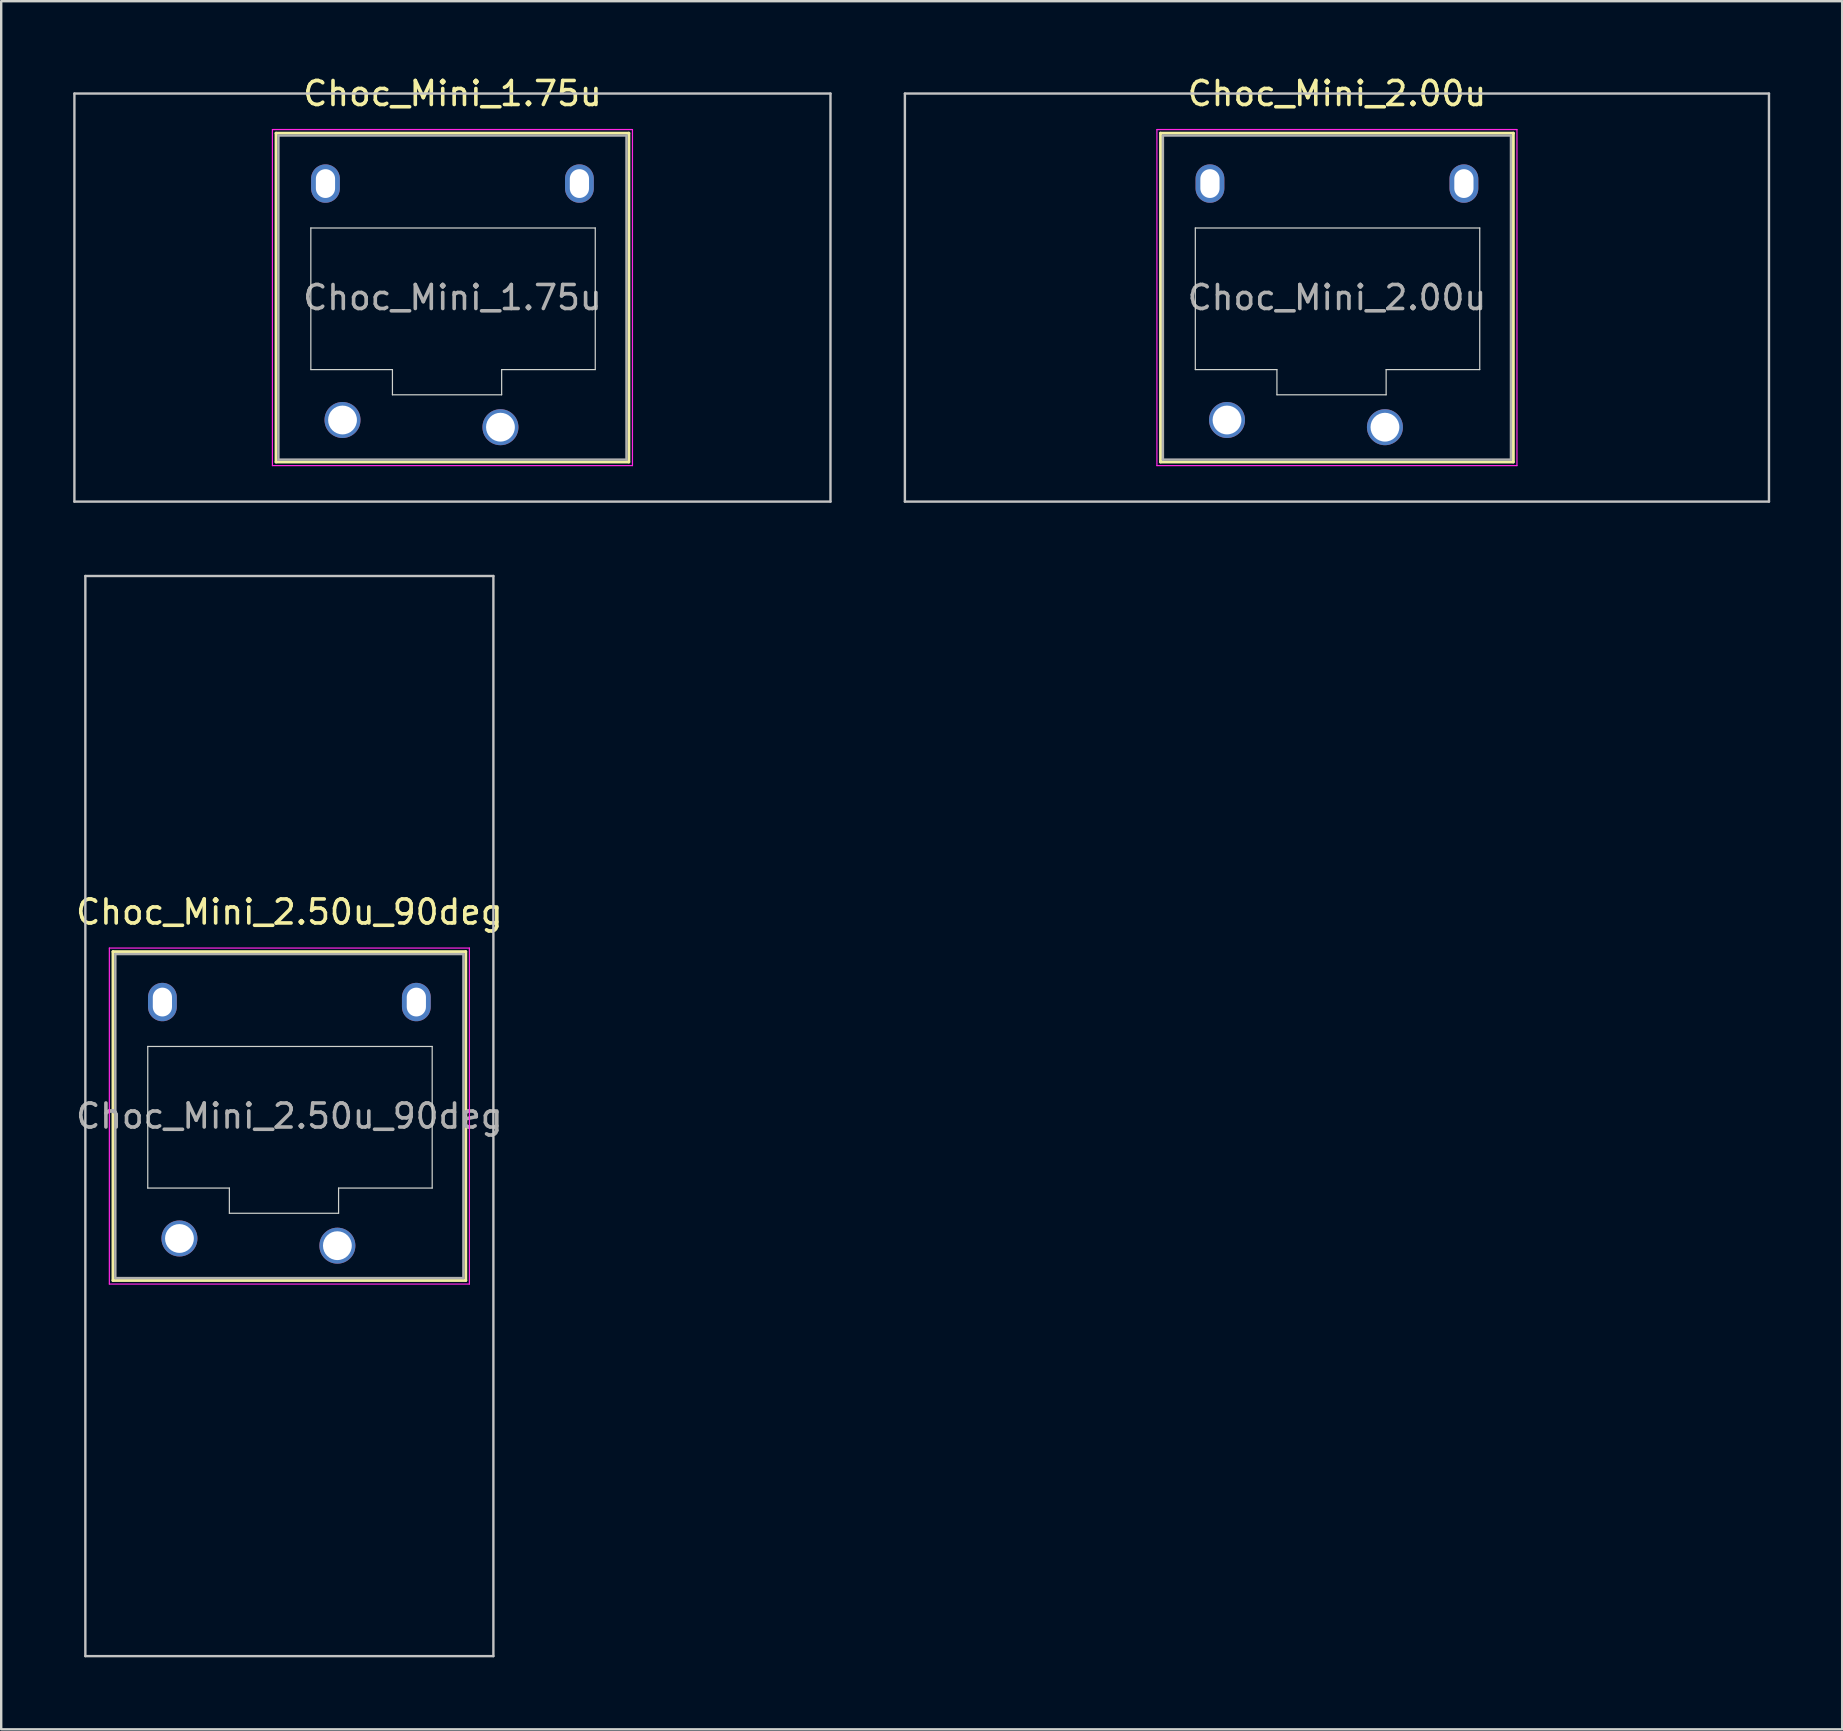
<source format=kicad_pcb>
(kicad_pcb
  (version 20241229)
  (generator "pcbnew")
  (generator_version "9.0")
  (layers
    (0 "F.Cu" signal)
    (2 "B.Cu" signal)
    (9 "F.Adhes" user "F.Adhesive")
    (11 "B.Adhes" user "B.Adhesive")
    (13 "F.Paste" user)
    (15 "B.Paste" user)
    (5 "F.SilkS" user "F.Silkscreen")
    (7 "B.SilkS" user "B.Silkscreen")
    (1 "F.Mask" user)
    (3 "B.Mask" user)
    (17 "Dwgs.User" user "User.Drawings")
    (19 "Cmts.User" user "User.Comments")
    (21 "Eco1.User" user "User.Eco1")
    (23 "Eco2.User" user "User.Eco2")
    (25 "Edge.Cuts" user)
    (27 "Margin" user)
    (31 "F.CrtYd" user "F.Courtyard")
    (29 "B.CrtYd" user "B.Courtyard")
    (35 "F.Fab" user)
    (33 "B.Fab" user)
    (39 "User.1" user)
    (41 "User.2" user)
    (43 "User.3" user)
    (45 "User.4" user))
  (footprint "Choc_Mini_2.50u_90deg"
    (layer "F.Cu")
    (at 9.006 43.448)
    (property "Reference" "Choc_Mini_2.50u_90deg" (at 0 -8.5 0) (layer "F.SilkS") (effects (font (size 1 1) (thickness 0.15))))
    (attr through_hole)
    (fp_line (start -7.35 -6.85) (end -7.35 6.85) (stroke (width 0.12) (type solid)) (layer "F.SilkS"))
    (fp_line (start -7.35 6.85) (end 7.35 6.85) (stroke (width 0.12) (type solid)) (layer "F.SilkS"))
    (fp_line (start 7.35 -6.85) (end -7.35 -6.85) (stroke (width 0.12) (type solid)) (layer "F.SilkS"))
    (fp_line (start 7.35 6.85) (end 7.35 -6.85) (stroke (width 0.12) (type solid)) (layer "F.SilkS"))
    (fp_line (start -8.5 -22.5) (end 8.5 -22.5) (stroke (width 0.1) (type solid)) (layer "Dwgs.User"))
    (fp_line (start -8.5 22.5) (end -8.5 -22.5) (stroke (width 0.1) (type solid)) (layer "Dwgs.User"))
    (fp_line (start 8.5 -22.5) (end 8.5 22.5) (stroke (width 0.1) (type solid)) (layer "Dwgs.User"))
    (fp_line (start 8.5 22.5) (end -8.5 22.5) (stroke (width 0.1) (type solid)) (layer "Dwgs.User"))
    (fp_line (start -6.85 -6.35) (end -6.85 6.35) (stroke (width 0.1) (type solid)) (layer "Eco1.User"))
    (fp_line (start -6.85 6.35) (end 6.85 6.35) (stroke (width 0.1) (type solid)) (layer "Eco1.User"))
    (fp_line (start 6.85 -6.35) (end -6.85 -6.35) (stroke (width 0.1) (type solid)) (layer "Eco1.User"))
    (fp_line (start 6.85 6.35) (end 6.85 -6.35) (stroke (width 0.1) (type solid)) (layer "Eco1.User"))
    (fp_line (start -5.9 -2.9) (end -5.9 3) (stroke (width 0.05) (type solid)) (layer "Edge.Cuts"))
    (fp_line (start -5.9 3) (end -2.5 3) (stroke (width 0.05) (type solid)) (layer "Edge.Cuts"))
    (fp_line (start -2.5 3) (end -2.5 4.05) (stroke (width 0.05) (type solid)) (layer "Edge.Cuts"))
    (fp_line (start -2.5 4.05) (end 2.05 4.05) (stroke (width 0.05) (type solid)) (layer "Edge.Cuts"))
    (fp_line (start 2.05 3) (end 5.95 3) (stroke (width 0.05) (type solid)) (layer "Edge.Cuts"))
    (fp_line (start 2.05 4.05) (end 2.05 3) (stroke (width 0.05) (type solid)) (layer "Edge.Cuts"))
    (fp_line (start 5.95 -2.9) (end -5.9 -2.9) (stroke (width 0.05) (type solid)) (layer "Edge.Cuts"))
    (fp_line (start 5.95 3) (end 5.95 -2.9) (stroke (width 0.05) (type solid)) (layer "Edge.Cuts"))
    (fp_line (start -7.5 -7) (end -7.5 7) (stroke (width 0.05) (type solid)) (layer "F.CrtYd"))
    (fp_line (start -7.5 7) (end 7.5 7) (stroke (width 0.05) (type solid)) (layer "F.CrtYd"))
    (fp_line (start 7.5 -7) (end -7.5 -7) (stroke (width 0.05) (type solid)) (layer "F.CrtYd"))
    (fp_line (start 7.5 7) (end 7.5 -7) (stroke (width 0.05) (type solid)) (layer "F.CrtYd"))
    (fp_line (start -7.25 -6.75) (end -7.25 6.75) (stroke (width 0.1) (type solid)) (layer "F.Fab"))
    (fp_line (start -7.25 6.75) (end 7.25 6.75) (stroke (width 0.1) (type solid)) (layer "F.Fab"))
    (fp_line (start 7.25 -6.75) (end -7.25 -6.75) (stroke (width 0.1) (type solid)) (layer "F.Fab"))
    (fp_line (start 7.25 6.75) (end 7.25 -6.75) (stroke (width 0.1) (type solid)) (layer "F.Fab"))
    (fp_text user "${REFERENCE}" (at 0 0 0) (layer "F.Fab") (effects (font (size 1 1) (thickness 0.15))))
    (pad "" np_thru_hole oval (at -5.29 -4.75) (size 1.2 1.6) (drill oval 0.8 1.2) (layers "*.Cu" "*.Mask"))
    (pad "" np_thru_hole oval (at 5.29 -4.75) (size 1.2 1.6) (drill oval 0.8 1.2) (layers "*.Cu" "*.Mask"))
    (pad "1" thru_hole circle (at 2 5.4) (size 1.5 1.5) (drill 1.2) (layers "*.Cu" "*.Mask"))
    (pad "2" thru_hole circle (at -4.58 5.1) (size 1.5 1.5) (drill 1.2) (layers "*.Cu" "*.Mask")))
  (footprint "Choc_Mini_1.75u"
    (layer "F.Cu")
    (at 15.8 9.348)
    (property "Reference" "Choc_Mini_1.75u" (at 0 -8.5 0) (layer "F.SilkS") (effects (font (size 1 1) (thickness 0.15))))
    (attr through_hole)
    (fp_line (start -7.35 -6.85) (end -7.35 6.85) (stroke (width 0.12) (type solid)) (layer "F.SilkS"))
    (fp_line (start -7.35 6.85) (end 7.35 6.85) (stroke (width 0.12) (type solid)) (layer "F.SilkS"))
    (fp_line (start 7.35 -6.85) (end -7.35 -6.85) (stroke (width 0.12) (type solid)) (layer "F.SilkS"))
    (fp_line (start 7.35 6.85) (end 7.35 -6.85) (stroke (width 0.12) (type solid)) (layer "F.SilkS"))
    (fp_line (start -15.75 -8.5) (end -15.75 8.5) (stroke (width 0.1) (type solid)) (layer "Dwgs.User"))
    (fp_line (start -15.75 8.5) (end 15.75 8.5) (stroke (width 0.1) (type solid)) (layer "Dwgs.User"))
    (fp_line (start 15.75 -8.5) (end -15.75 -8.5) (stroke (width 0.1) (type solid)) (layer "Dwgs.User"))
    (fp_line (start 15.75 8.5) (end 15.75 -8.5) (stroke (width 0.1) (type solid)) (layer "Dwgs.User"))
    (fp_line (start -6.85 -6.35) (end -6.85 6.35) (stroke (width 0.1) (type solid)) (layer "Eco1.User"))
    (fp_line (start -6.85 6.35) (end 6.85 6.35) (stroke (width 0.1) (type solid)) (layer "Eco1.User"))
    (fp_line (start 6.85 -6.35) (end -6.85 -6.35) (stroke (width 0.1) (type solid)) (layer "Eco1.User"))
    (fp_line (start 6.85 6.35) (end 6.85 -6.35) (stroke (width 0.1) (type solid)) (layer "Eco1.User"))
    (fp_line (start -5.9 -2.9) (end -5.9 3) (stroke (width 0.05) (type solid)) (layer "Edge.Cuts"))
    (fp_line (start -5.9 3) (end -2.5 3) (stroke (width 0.05) (type solid)) (layer "Edge.Cuts"))
    (fp_line (start -2.5 3) (end -2.5 4.05) (stroke (width 0.05) (type solid)) (layer "Edge.Cuts"))
    (fp_line (start -2.5 4.05) (end 2.05 4.05) (stroke (width 0.05) (type solid)) (layer "Edge.Cuts"))
    (fp_line (start 2.05 3) (end 5.95 3) (stroke (width 0.05) (type solid)) (layer "Edge.Cuts"))
    (fp_line (start 2.05 4.05) (end 2.05 3) (stroke (width 0.05) (type solid)) (layer "Edge.Cuts"))
    (fp_line (start 5.95 -2.9) (end -5.9 -2.9) (stroke (width 0.05) (type solid)) (layer "Edge.Cuts"))
    (fp_line (start 5.95 3) (end 5.95 -2.9) (stroke (width 0.05) (type solid)) (layer "Edge.Cuts"))
    (fp_line (start -7.5 -7) (end -7.5 7) (stroke (width 0.05) (type solid)) (layer "F.CrtYd"))
    (fp_line (start -7.5 7) (end 7.5 7) (stroke (width 0.05) (type solid)) (layer "F.CrtYd"))
    (fp_line (start 7.5 -7) (end -7.5 -7) (stroke (width 0.05) (type solid)) (layer "F.CrtYd"))
    (fp_line (start 7.5 7) (end 7.5 -7) (stroke (width 0.05) (type solid)) (layer "F.CrtYd"))
    (fp_line (start -7.25 -6.75) (end -7.25 6.75) (stroke (width 0.1) (type solid)) (layer "F.Fab"))
    (fp_line (start -7.25 6.75) (end 7.25 6.75) (stroke (width 0.1) (type solid)) (layer "F.Fab"))
    (fp_line (start 7.25 -6.75) (end -7.25 -6.75) (stroke (width 0.1) (type solid)) (layer "F.Fab"))
    (fp_line (start 7.25 6.75) (end 7.25 -6.75) (stroke (width 0.1) (type solid)) (layer "F.Fab"))
    (fp_text user "${REFERENCE}" (at 0 0 0) (layer "F.Fab") (effects (font (size 1 1) (thickness 0.15))))
    (pad "" np_thru_hole oval (at -5.29 -4.75) (size 1.2 1.6) (drill oval 0.8 1.2) (layers "*.Cu" "*.Mask"))
    (pad "" np_thru_hole oval (at 5.29 -4.75) (size 1.2 1.6) (drill oval 0.8 1.2) (layers "*.Cu" "*.Mask"))
    (pad "1" thru_hole circle (at 2 5.4) (size 1.5 1.5) (drill 1.2) (layers "*.Cu" "*.Mask"))
    (pad "2" thru_hole circle (at -4.58 5.1) (size 1.5 1.5) (drill 1.2) (layers "*.Cu" "*.Mask")))
  (footprint "Choc_Mini_2.00u"
    (layer "F.Cu")
    (at 52.65 9.348)
    (property "Reference" "Choc_Mini_2.00u" (at 0 -8.5 0) (layer "F.SilkS") (effects (font (size 1 1) (thickness 0.15))))
    (attr through_hole)
    (fp_line (start -7.35 -6.85) (end -7.35 6.85) (stroke (width 0.12) (type solid)) (layer "F.SilkS"))
    (fp_line (start -7.35 6.85) (end 7.35 6.85) (stroke (width 0.12) (type solid)) (layer "F.SilkS"))
    (fp_line (start 7.35 -6.85) (end -7.35 -6.85) (stroke (width 0.12) (type solid)) (layer "F.SilkS"))
    (fp_line (start 7.35 6.85) (end 7.35 -6.85) (stroke (width 0.12) (type solid)) (layer "F.SilkS"))
    (fp_line (start -18 -8.5) (end -18 8.5) (stroke (width 0.1) (type solid)) (layer "Dwgs.User"))
    (fp_line (start -18 8.5) (end 18 8.5) (stroke (width 0.1) (type solid)) (layer "Dwgs.User"))
    (fp_line (start 18 -8.5) (end -18 -8.5) (stroke (width 0.1) (type solid)) (layer "Dwgs.User"))
    (fp_line (start 18 8.5) (end 18 -8.5) (stroke (width 0.1) (type solid)) (layer "Dwgs.User"))
    (fp_line (start -6.85 -6.35) (end -6.85 6.35) (stroke (width 0.1) (type solid)) (layer "Eco1.User"))
    (fp_line (start -6.85 6.35) (end 6.85 6.35) (stroke (width 0.1) (type solid)) (layer "Eco1.User"))
    (fp_line (start 6.85 -6.35) (end -6.85 -6.35) (stroke (width 0.1) (type solid)) (layer "Eco1.User"))
    (fp_line (start 6.85 6.35) (end 6.85 -6.35) (stroke (width 0.1) (type solid)) (layer "Eco1.User"))
    (fp_line (start -5.9 -2.9) (end -5.9 3) (stroke (width 0.05) (type solid)) (layer "Edge.Cuts"))
    (fp_line (start -5.9 3) (end -2.5 3) (stroke (width 0.05) (type solid)) (layer "Edge.Cuts"))
    (fp_line (start -2.5 3) (end -2.5 4.05) (stroke (width 0.05) (type solid)) (layer "Edge.Cuts"))
    (fp_line (start -2.5 4.05) (end 2.05 4.05) (stroke (width 0.05) (type solid)) (layer "Edge.Cuts"))
    (fp_line (start 2.05 3) (end 5.95 3) (stroke (width 0.05) (type solid)) (layer "Edge.Cuts"))
    (fp_line (start 2.05 4.05) (end 2.05 3) (stroke (width 0.05) (type solid)) (layer "Edge.Cuts"))
    (fp_line (start 5.95 -2.9) (end -5.9 -2.9) (stroke (width 0.05) (type solid)) (layer "Edge.Cuts"))
    (fp_line (start 5.95 3) (end 5.95 -2.9) (stroke (width 0.05) (type solid)) (layer "Edge.Cuts"))
    (fp_line (start -7.5 -7) (end -7.5 7) (stroke (width 0.05) (type solid)) (layer "F.CrtYd"))
    (fp_line (start -7.5 7) (end 7.5 7) (stroke (width 0.05) (type solid)) (layer "F.CrtYd"))
    (fp_line (start 7.5 -7) (end -7.5 -7) (stroke (width 0.05) (type solid)) (layer "F.CrtYd"))
    (fp_line (start 7.5 7) (end 7.5 -7) (stroke (width 0.05) (type solid)) (layer "F.CrtYd"))
    (fp_line (start -7.25 -6.75) (end -7.25 6.75) (stroke (width 0.1) (type solid)) (layer "F.Fab"))
    (fp_line (start -7.25 6.75) (end 7.25 6.75) (stroke (width 0.1) (type solid)) (layer "F.Fab"))
    (fp_line (start 7.25 -6.75) (end -7.25 -6.75) (stroke (width 0.1) (type solid)) (layer "F.Fab"))
    (fp_line (start 7.25 6.75) (end 7.25 -6.75) (stroke (width 0.1) (type solid)) (layer "F.Fab"))
    (fp_text user "${REFERENCE}" (at 0 0 0) (layer "F.Fab") (effects (font (size 1 1) (thickness 0.15))))
    (pad "" np_thru_hole oval (at -5.29 -4.75) (size 1.2 1.6) (drill oval 0.8 1.2) (layers "*.Cu" "*.Mask"))
    (pad "" np_thru_hole oval (at 5.29 -4.75) (size 1.2 1.6) (drill oval 0.8 1.2) (layers "*.Cu" "*.Mask"))
    (pad "1" thru_hole circle (at 2 5.4) (size 1.5 1.5) (drill 1.2) (layers "*.Cu" "*.Mask"))
    (pad "2" thru_hole circle (at -4.58 5.1) (size 1.5 1.5) (drill 1.2) (layers "*.Cu" "*.Mask")))
  (gr_rect
    (start -3 -3)
    (end 73.7 68.998)
    (stroke (width 0.1) (type default))
    (fill no)
    (layer "Edge.Cuts")))
</source>
